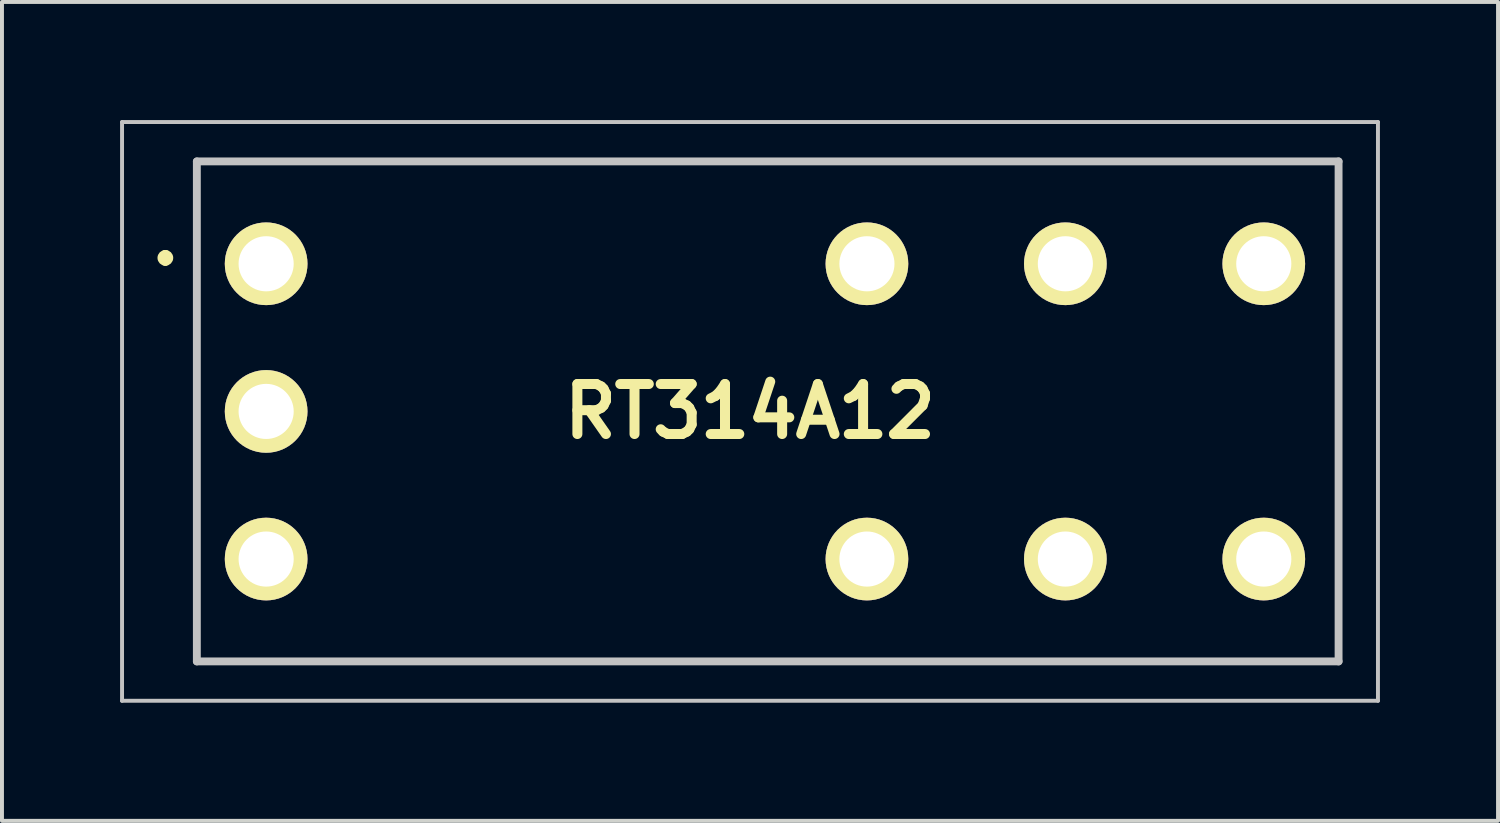
<source format=kicad_pcb>
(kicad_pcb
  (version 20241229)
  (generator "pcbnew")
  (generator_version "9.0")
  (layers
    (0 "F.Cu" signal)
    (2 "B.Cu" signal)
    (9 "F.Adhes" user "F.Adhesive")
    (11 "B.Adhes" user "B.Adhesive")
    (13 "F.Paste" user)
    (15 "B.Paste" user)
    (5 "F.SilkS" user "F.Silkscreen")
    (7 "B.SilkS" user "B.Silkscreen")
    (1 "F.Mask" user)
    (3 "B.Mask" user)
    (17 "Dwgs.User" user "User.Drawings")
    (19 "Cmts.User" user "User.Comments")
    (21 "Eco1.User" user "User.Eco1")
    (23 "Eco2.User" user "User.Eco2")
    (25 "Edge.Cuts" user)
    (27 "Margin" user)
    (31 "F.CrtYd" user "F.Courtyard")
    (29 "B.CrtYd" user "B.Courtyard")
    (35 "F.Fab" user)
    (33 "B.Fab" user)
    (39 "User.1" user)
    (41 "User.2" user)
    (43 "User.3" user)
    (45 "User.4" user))
  (footprint "RT314A12"
    (layer "F.Cu")
    (at 16 7.4)
    (property "Reference" "RT314A12" (at 0 0 0) (layer "F.SilkS") (effects (font (size 1.27 1.27) (thickness 0.254))))
    (attr through_hole)
    (fp_line (start -14.85 -4) (end -14.85 -4) (stroke (width 0.2) (type solid)) (layer "F.SilkS"))
    (fp_line (start -14.85 -3.8) (end -14.85 -3.8) (stroke (width 0.2) (type solid)) (layer "F.SilkS"))
    (fp_line (start -14.05 -6.35) (end 14.95 -6.35) (stroke (width 0.1) (type solid)) (layer "F.SilkS"))
    (fp_line (start -14.05 6.35) (end -14.05 -6.35) (stroke (width 0.1) (type solid)) (layer "F.SilkS"))
    (fp_line (start 14.95 -6.35) (end 14.95 6.35) (stroke (width 0.1) (type solid)) (layer "F.SilkS"))
    (fp_line (start 14.95 6.35) (end -14.05 6.35) (stroke (width 0.1) (type solid)) (layer "F.SilkS"))
    (fp_arc (start -14.85 -4) (mid -14.75 -3.9) (end -14.85 -3.8) (stroke (width 0.2) (type solid)) (layer "F.SilkS"))
    (fp_arc (start -14.85 -3.8) (mid -14.95 -3.9) (end -14.85 -4) (stroke (width 0.2) (type solid)) (layer "F.SilkS"))
    (fp_line (start -15.95 -7.35) (end 15.95 -7.35) (stroke (width 0.1) (type solid)) (layer "Dwgs.User"))
    (fp_line (start -15.95 7.35) (end -15.95 -7.35) (stroke (width 0.1) (type solid)) (layer "Dwgs.User"))
    (fp_line (start -14.05 -6.35) (end 14.95 -6.35) (stroke (width 0.2) (type solid)) (layer "Dwgs.User"))
    (fp_line (start -14.05 6.35) (end -14.05 -6.35) (stroke (width 0.2) (type solid)) (layer "Dwgs.User"))
    (fp_line (start 14.95 -6.35) (end 14.95 6.35) (stroke (width 0.2) (type solid)) (layer "Dwgs.User"))
    (fp_line (start 14.95 6.35) (end -14.05 6.35) (stroke (width 0.2) (type solid)) (layer "Dwgs.User"))
    (fp_line (start 15.95 -7.35) (end 15.95 7.35) (stroke (width 0.1) (type solid)) (layer "Dwgs.User"))
    (fp_line (start 15.95 7.35) (end -15.95 7.35) (stroke (width 0.1) (type solid)) (layer "Dwgs.User"))
    (pad "11" thru_hole circle (at 8.01 3.75 90) (size 2.1 2.1) (drill 1.4) (layers "*.Cu" "*.Mask" "F.SilkS"))
    (pad "12" thru_hole circle (at 2.97 3.75 90) (size 2.1 2.1) (drill 1.4) (layers "*.Cu" "*.Mask" "F.SilkS"))
    (pad "14" thru_hole circle (at 13.05 3.75 90) (size 2.1 2.1) (drill 1.4) (layers "*.Cu" "*.Mask" "F.SilkS"))
    (pad "21" thru_hole circle (at 8.01 -3.75 90) (size 2.1 2.1) (drill 1.4) (layers "*.Cu" "*.Mask" "F.SilkS"))
    (pad "22" thru_hole circle (at 2.97 -3.75 90) (size 2.1 2.1) (drill 1.4) (layers "*.Cu" "*.Mask" "F.SilkS"))
    (pad "24" thru_hole circle (at 13.05 -3.75 90) (size 2.1 2.1) (drill 1.4) (layers "*.Cu" "*.Mask" "F.SilkS"))
    (pad "A1" thru_hole circle (at -12.29 -3.75 90) (size 2.1 2.1) (drill 1.4) (layers "*.Cu" "*.Mask" "F.SilkS"))
    (pad "A2" thru_hole circle (at -12.29 3.75 90) (size 2.1 2.1) (drill 1.4) (layers "*.Cu" "*.Mask" "F.SilkS"))
    (pad "A3" thru_hole circle (at -12.29 0 90) (size 2.1 2.1) (drill 1.4) (layers "*.Cu" "*.Mask" "F.SilkS")))
  (gr_rect
    (start -3 -3)
    (end 35 17.8)
    (stroke (width 0.1) (type default))
    (fill no)
    (layer "Edge.Cuts")))
</source>
